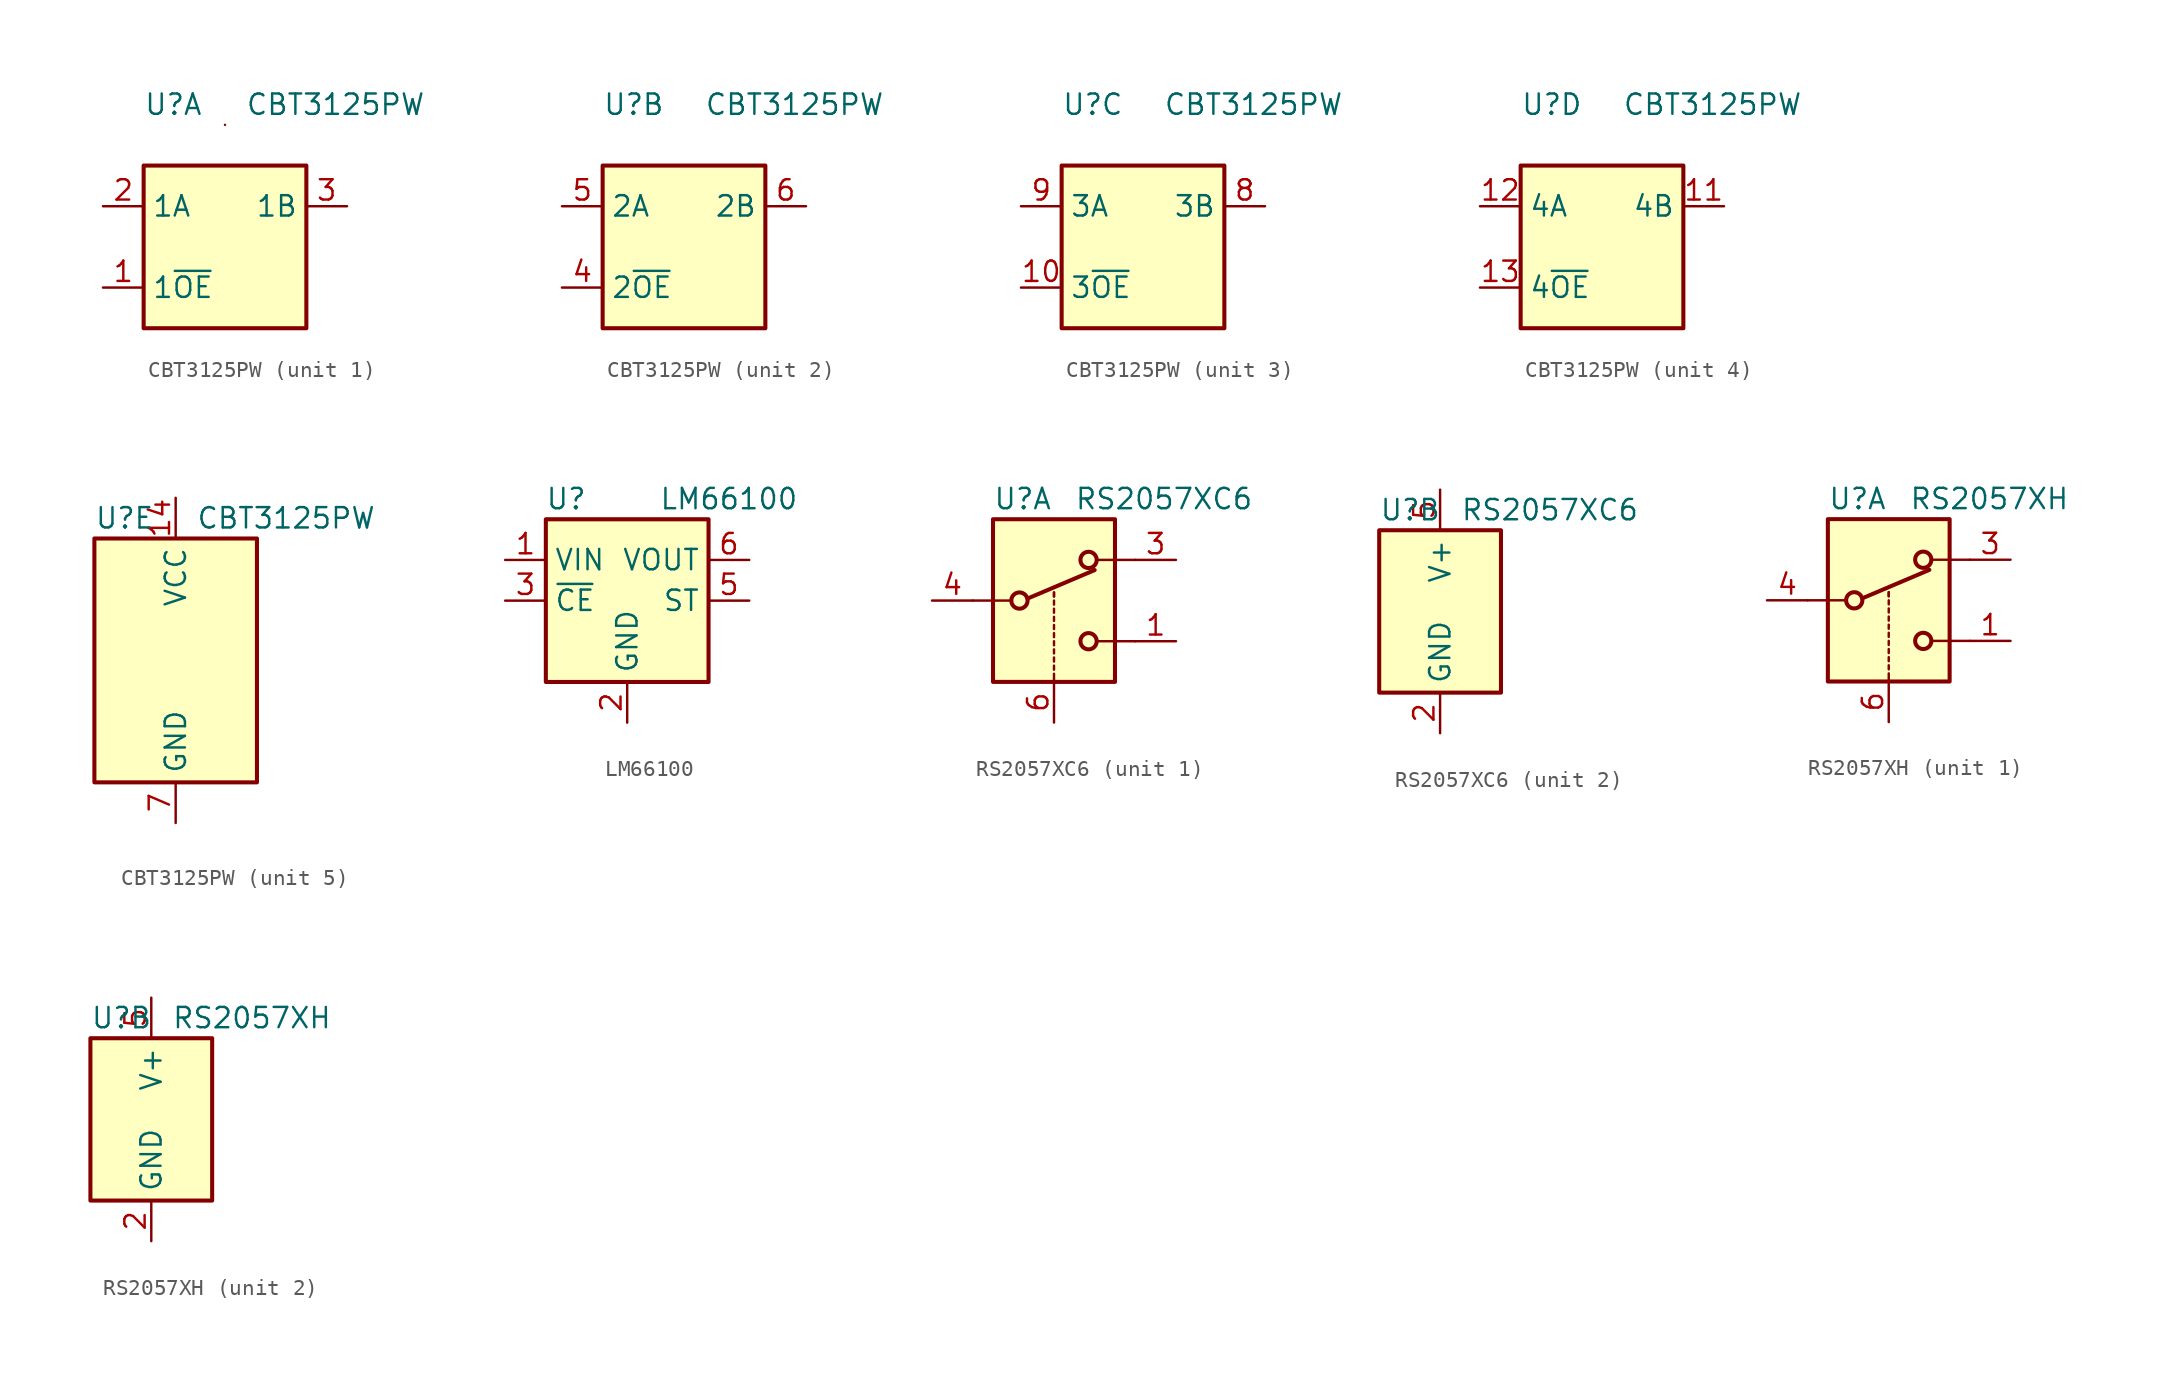
<source format=kicad_sym>
(kicad_symbol_lib
  (version 20210619)
  (generator kicad_symbol_editor)
  (symbol "Gekkio_Analog_Switch:CBT3125PW"
    (property "Reference" "U"
      (at -5.08 8.89 0)
      (effects (font (size 1.27 1.27)) (justify left)))
    (property "Value" "CBT3125PW"
      (at 1.27 8.89 0)
      (effects (font (size 1.27 1.27)) (justify left)))
    (property "ki_locked" ""
      (at 0 0 0)
      (effects (font (size 1.27 1.27))))
    (symbol "CBT3125PW_1_1"
      (rectangle (start 0 7.62) (end 0 7.62) (stroke (width 0.152)) (fill (type none)))
      (rectangle (start -5.08 5.08) (end 5.08 -5.08) (stroke (width 0.254)) (fill (type background)))
      (pin input line (at -7.62 -2.54 0) (length 2.54) (name "1~{OE}" (effects (font (size 1.27 1.27)))) (number "1" (effects (font (size 1.27 1.27)))))
      (pin passive line (at -7.62 2.54 0) (length 2.54) (name "1A" (effects (font (size 1.27 1.27)))) (number "2" (effects (font (size 1.27 1.27)))))
      (pin passive line (at 7.62 2.54 180) (length 2.54) (name "1B" (effects (font (size 1.27 1.27)))) (number "3" (effects (font (size 1.27 1.27))))))
    (symbol "CBT3125PW_2_1"
      (rectangle (start -5.08 5.08) (end 5.08 -5.08) (stroke (width 0.254)) (fill (type background)))
      (pin input line (at -7.62 -2.54 0) (length 2.54) (name "2~{OE}" (effects (font (size 1.27 1.27)))) (number "4" (effects (font (size 1.27 1.27)))))
      (pin passive line (at -7.62 2.54 0) (length 2.54) (name "2A" (effects (font (size 1.27 1.27)))) (number "5" (effects (font (size 1.27 1.27)))))
      (pin passive line (at 7.62 2.54 180) (length 2.54) (name "2B" (effects (font (size 1.27 1.27)))) (number "6" (effects (font (size 1.27 1.27))))))
    (symbol "CBT3125PW_3_1"
      (rectangle (start -5.08 5.08) (end 5.08 -5.08) (stroke (width 0.254)) (fill (type background)))
      (pin input line (at -7.62 -2.54 0) (length 2.54) (name "3~{OE}" (effects (font (size 1.27 1.27)))) (number "10" (effects (font (size 1.27 1.27)))))
      (pin passive line (at 7.62 2.54 180) (length 2.54) (name "3B" (effects (font (size 1.27 1.27)))) (number "8" (effects (font (size 1.27 1.27)))))
      (pin passive line (at -7.62 2.54 0) (length 2.54) (name "3A" (effects (font (size 1.27 1.27)))) (number "9" (effects (font (size 1.27 1.27))))))
    (symbol "CBT3125PW_4_1"
      (rectangle (start -5.08 5.08) (end 5.08 -5.08) (stroke (width 0.254)) (fill (type background)))
      (pin passive line (at 7.62 2.54 180) (length 2.54) (name "4B" (effects (font (size 1.27 1.27)))) (number "11" (effects (font (size 1.27 1.27)))))
      (pin passive line (at -7.62 2.54 0) (length 2.54) (name "4A" (effects (font (size 1.27 1.27)))) (number "12" (effects (font (size 1.27 1.27)))))
      (pin input line (at -7.62 -2.54 0) (length 2.54) (name "4~{OE}" (effects (font (size 1.27 1.27)))) (number "13" (effects (font (size 1.27 1.27))))))
    (symbol "CBT3125PW_5_1"
      (rectangle (start -5.08 7.62) (end 5.08 -7.62) (stroke (width 0.254)) (fill (type background)))
      (pin power_in line (at 0 10.16 270) (length 2.54) (name "VCC" (effects (font (size 1.27 1.27)))) (number "14" (effects (font (size 1.27 1.27)))))
      (pin power_in line (at 0 -10.16 90) (length 2.54) (name "GND" (effects (font (size 1.27 1.27)))) (number "7" (effects (font (size 1.27 1.27)))))))
  (symbol "Gekkio_Analog_Switch:LM66100"
    (property "Reference" "U"
      (at -3.81 6.35 0)
      (effects (font (size 1.27 1.27))))
    (property "Value" "LM66100"
      (at 6.35 6.35 0)
      (effects (font (size 1.27 1.27))))
    (symbol "LM66100_0_1"
      (rectangle (start -5.08 5.08) (end 5.08 -5.08) (stroke (width 0.254)) (fill (type background))))
    (symbol "LM66100_1_1"
      (pin power_in line (at -7.62 2.54 0) (length 2.54) (name "VIN" (effects (font (size 1.27 1.27)))) (number "1" (effects (font (size 1.27 1.27)))))
      (pin power_in line (at 0 -7.62 90) (length 2.54) (name "GND" (effects (font (size 1.27 1.27)))) (number "2" (effects (font (size 1.27 1.27)))))
      (pin input line (at -7.62 0 0) (length 2.54) (name "~{CE}" (effects (font (size 1.27 1.27)))) (number "3" (effects (font (size 1.27 1.27)))))
      (pin no_connect line (at 5.08 -2.54 180) (length 2.54) hide (name "NC" (effects (font (size 1.27 1.27)))) (number "4" (effects (font (size 1.27 1.27)))))
      (pin open_collector line (at 7.62 0 180) (length 2.54) (name "ST" (effects (font (size 1.27 1.27)))) (number "5" (effects (font (size 1.27 1.27)))))
      (pin passive line (at 7.62 2.54 180) (length 2.54) (name "VOUT" (effects (font (size 1.27 1.27)))) (number "6" (effects (font (size 1.27 1.27)))))))
  (symbol "Gekkio_Analog_Switch:RS2057XC6"
    (property "Reference" "U"
      (at -3.81 6.35 0)
      (effects (font (size 1.27 1.27)) (justify left)))
    (property "Value" "RS2057XC6"
      (at 1.27 6.35 0)
      (effects (font (size 1.27 1.27)) (justify left)))
    (property "ki_locked" ""
      (at 0 0 0)
      (effects (font (size 1.27 1.27))))
    (symbol "RS2057XC6_1_1"
      (circle (center -2.159 0) (radius 0.508) (stroke (width 0.254)) (fill (type none)))
      (circle (center 2.159 -2.54) (radius 0.508) (stroke (width 0.254)) (fill (type none)))
      (circle (center 2.159 2.54) (radius 0.508) (stroke (width 0.254)) (fill (type none)))
      (rectangle (start -3.81 5.08) (end 3.81 -5.08) (stroke (width 0.254)) (fill (type background)))
      (polyline (pts (xy -5.08 0) (xy -2.794 0)) (stroke (width 0)) (fill (type none)))
      (polyline (pts (xy -1.651 0.127) (xy 2.54 1.905)) (stroke (width 0.254)) (fill (type none)))
      (polyline (pts (xy 0 -5.08) (xy 0 -4.572)) (stroke (width 0)) (fill (type none)))
      (polyline (pts (xy 0 -4.318) (xy 0 -4.064)) (stroke (width 0)) (fill (type none)))
      (polyline (pts (xy 0 -3.81) (xy 0 -3.556)) (stroke (width 0)) (fill (type none)))
      (polyline (pts (xy 0 -3.302) (xy 0 -3.048)) (stroke (width 0)) (fill (type none)))
      (polyline (pts (xy 0 -2.794) (xy 0 -2.54)) (stroke (width 0)) (fill (type none)))
      (polyline (pts (xy 0 -2.286) (xy 0 -2.032)) (stroke (width 0)) (fill (type none)))
      (polyline (pts (xy 0 -1.778) (xy 0 -1.524)) (stroke (width 0)) (fill (type none)))
      (polyline (pts (xy 0 -1.27) (xy 0 -1.016)) (stroke (width 0)) (fill (type none)))
      (polyline (pts (xy 0 -0.762) (xy 0 -0.508)) (stroke (width 0)) (fill (type none)))
      (polyline (pts (xy 0 -0.254) (xy 0 0)) (stroke (width 0)) (fill (type none)))
      (polyline (pts (xy 0 0.254) (xy 0 0.508)) (stroke (width 0)) (fill (type none)))
      (polyline (pts (xy 0 0.254) (xy 0 0.508)) (stroke (width 0)) (fill (type none)))
      (polyline (pts (xy 5.08 -2.54) (xy 2.794 -2.54)) (stroke (width 0)) (fill (type none)))
      (polyline (pts (xy 5.08 2.54) (xy 2.794 2.54)) (stroke (width 0)) (fill (type none)))
      (pin passive line (at 7.62 -2.54 180) (length 2.54) (name "~" (effects (font (size 1.27 1.27)))) (number "1" (effects (font (size 1.27 1.27)))))
      (pin passive line (at 7.62 2.54 180) (length 2.54) (name "~" (effects (font (size 1.27 1.27)))) (number "3" (effects (font (size 1.27 1.27)))))
      (pin passive line (at -7.62 0 0) (length 2.54) (name "~" (effects (font (size 1.27 1.27)))) (number "4" (effects (font (size 1.27 1.27)))))
      (pin input line (at 0 -7.62 90) (length 2.54) (name "~" (effects (font (size 1.27 1.27)))) (number "6" (effects (font (size 1.27 1.27))))))
    (symbol "RS2057XC6_2_0"
      (pin power_in line (at 0 -7.62 90) (length 2.54) (name "GND" (effects (font (size 1.27 1.27)))) (number "2" (effects (font (size 1.27 1.27)))))
      (pin power_in line (at 0 7.62 270) (length 2.54) (name "V+" (effects (font (size 1.27 1.27)))) (number "5" (effects (font (size 1.27 1.27))))))
    (symbol "RS2057XC6_2_1"
      (rectangle (start -3.81 5.08) (end 3.81 -5.08) (stroke (width 0.254)) (fill (type background)))))
  (symbol "Gekkio_Analog_Switch:RS2057XH"
    (property "Reference" "U"
      (at -3.81 6.35 0)
      (effects (font (size 1.27 1.27)) (justify left)))
    (property "Value" "RS2057XH"
      (at 1.27 6.35 0)
      (effects (font (size 1.27 1.27)) (justify left)))
    (property "ki_locked" ""
      (at 0 0 0)
      (effects (font (size 1.27 1.27))))
    (symbol "RS2057XH_1_1"
      (circle (center -2.159 0) (radius 0.508) (stroke (width 0.254)) (fill (type none)))
      (circle (center 2.159 -2.54) (radius 0.508) (stroke (width 0.254)) (fill (type none)))
      (circle (center 2.159 2.54) (radius 0.508) (stroke (width 0.254)) (fill (type none)))
      (rectangle (start -3.81 5.08) (end 3.81 -5.08) (stroke (width 0.254)) (fill (type background)))
      (polyline (pts (xy -5.08 0) (xy -2.794 0)) (stroke (width 0)) (fill (type none)))
      (polyline (pts (xy -1.651 0.127) (xy 2.54 1.905)) (stroke (width 0.254)) (fill (type none)))
      (polyline (pts (xy 0 -5.08) (xy 0 -4.572)) (stroke (width 0)) (fill (type none)))
      (polyline (pts (xy 0 -4.318) (xy 0 -4.064)) (stroke (width 0)) (fill (type none)))
      (polyline (pts (xy 0 -3.81) (xy 0 -3.556)) (stroke (width 0)) (fill (type none)))
      (polyline (pts (xy 0 -3.302) (xy 0 -3.048)) (stroke (width 0)) (fill (type none)))
      (polyline (pts (xy 0 -2.794) (xy 0 -2.54)) (stroke (width 0)) (fill (type none)))
      (polyline (pts (xy 0 -2.286) (xy 0 -2.032)) (stroke (width 0)) (fill (type none)))
      (polyline (pts (xy 0 -1.778) (xy 0 -1.524)) (stroke (width 0)) (fill (type none)))
      (polyline (pts (xy 0 -1.27) (xy 0 -1.016)) (stroke (width 0)) (fill (type none)))
      (polyline (pts (xy 0 -0.762) (xy 0 -0.508)) (stroke (width 0)) (fill (type none)))
      (polyline (pts (xy 0 -0.254) (xy 0 0)) (stroke (width 0)) (fill (type none)))
      (polyline (pts (xy 0 0.254) (xy 0 0.508)) (stroke (width 0)) (fill (type none)))
      (polyline (pts (xy 0 0.254) (xy 0 0.508)) (stroke (width 0)) (fill (type none)))
      (polyline (pts (xy 5.08 -2.54) (xy 2.794 -2.54)) (stroke (width 0)) (fill (type none)))
      (polyline (pts (xy 5.08 2.54) (xy 2.794 2.54)) (stroke (width 0)) (fill (type none)))
      (pin passive line (at 7.62 -2.54 180) (length 2.54) (name "~" (effects (font (size 1.27 1.27)))) (number "1" (effects (font (size 1.27 1.27)))))
      (pin passive line (at 7.62 2.54 180) (length 2.54) (name "~" (effects (font (size 1.27 1.27)))) (number "3" (effects (font (size 1.27 1.27)))))
      (pin passive line (at -7.62 0 0) (length 2.54) (name "~" (effects (font (size 1.27 1.27)))) (number "4" (effects (font (size 1.27 1.27)))))
      (pin input line (at 0 -7.62 90) (length 2.54) (name "~" (effects (font (size 1.27 1.27)))) (number "6" (effects (font (size 1.27 1.27))))))
    (symbol "RS2057XH_2_0"
      (pin power_in line (at 0 -7.62 90) (length 2.54) (name "GND" (effects (font (size 1.27 1.27)))) (number "2" (effects (font (size 1.27 1.27)))))
      (pin power_in line (at 0 7.62 270) (length 2.54) (name "V+" (effects (font (size 1.27 1.27)))) (number "5" (effects (font (size 1.27 1.27))))))
    (symbol "RS2057XH_2_1"
      (rectangle (start -3.81 5.08) (end 3.81 -5.08) (stroke (width 0.254)) (fill (type background))))))
</source>
